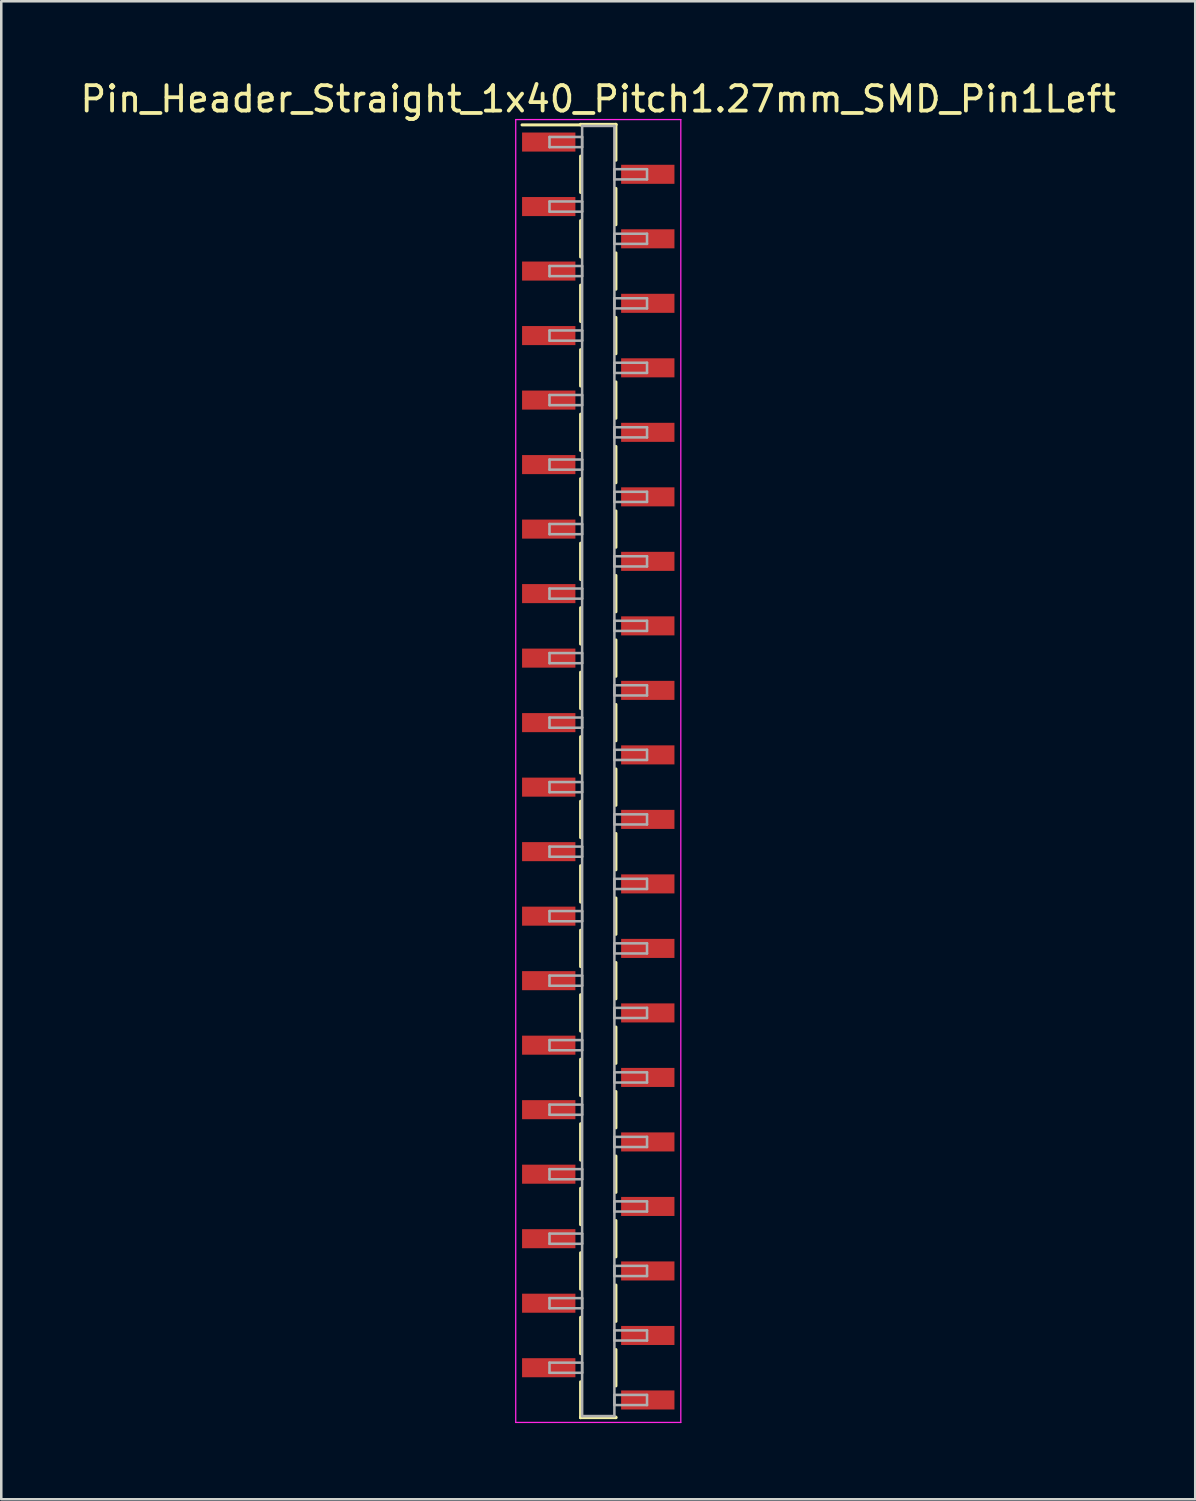
<source format=kicad_pcb>
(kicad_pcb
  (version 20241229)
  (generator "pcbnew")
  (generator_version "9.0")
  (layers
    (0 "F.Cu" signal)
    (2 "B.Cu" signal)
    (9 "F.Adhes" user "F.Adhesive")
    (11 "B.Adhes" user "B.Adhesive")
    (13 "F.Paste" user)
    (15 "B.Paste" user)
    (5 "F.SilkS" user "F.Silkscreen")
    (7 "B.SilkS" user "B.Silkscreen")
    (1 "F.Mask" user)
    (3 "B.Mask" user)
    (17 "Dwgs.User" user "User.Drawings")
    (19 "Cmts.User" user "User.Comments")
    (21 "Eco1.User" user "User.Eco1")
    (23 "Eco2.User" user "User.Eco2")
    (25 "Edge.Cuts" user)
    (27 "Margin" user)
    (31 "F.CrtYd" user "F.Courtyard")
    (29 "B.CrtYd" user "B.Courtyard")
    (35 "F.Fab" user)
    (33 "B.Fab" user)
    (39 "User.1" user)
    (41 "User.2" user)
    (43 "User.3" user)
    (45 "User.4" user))
  (footprint "Pin_Header_Straight_1x40_Pitch1.27mm_SMD_Pin1Left"
    (layer "F.Cu")
    (at 20.506 27.308)
    (property "Reference" "Pin_Header_Straight_1x40_Pitch1.27mm_SMD_Pin1Left" (at 0 -26.46 0) (layer "F.SilkS") (effects (font (size 1 1) (thickness 0.15))))
    (attr smd)
    (fp_line (start -0.695 -25.46) (end 0.695 -25.46) (stroke (width 0.12) (type solid)) (layer "F.SilkS"))
    (fp_line (start -0.695 -25.44) (end -3 -25.44) (stroke (width 0.12) (type solid)) (layer "F.SilkS"))
    (fp_line (start -0.695 -25.44) (end -0.695 -25.46) (stroke (width 0.12) (type solid)) (layer "F.SilkS"))
    (fp_line (start -0.695 -24.21) (end -0.695 -22.78) (stroke (width 0.12) (type solid)) (layer "F.SilkS"))
    (fp_line (start -0.695 -21.67) (end -0.695 -20.24) (stroke (width 0.12) (type solid)) (layer "F.SilkS"))
    (fp_line (start -0.695 -19.13) (end -0.695 -17.7) (stroke (width 0.12) (type solid)) (layer "F.SilkS"))
    (fp_line (start -0.695 -16.59) (end -0.695 -15.16) (stroke (width 0.12) (type solid)) (layer "F.SilkS"))
    (fp_line (start -0.695 -14.05) (end -0.695 -12.62) (stroke (width 0.12) (type solid)) (layer "F.SilkS"))
    (fp_line (start -0.695 -11.51) (end -0.695 -10.08) (stroke (width 0.12) (type solid)) (layer "F.SilkS"))
    (fp_line (start -0.695 -8.97) (end -0.695 -7.54) (stroke (width 0.12) (type solid)) (layer "F.SilkS"))
    (fp_line (start -0.695 -6.43) (end -0.695 -5) (stroke (width 0.12) (type solid)) (layer "F.SilkS"))
    (fp_line (start -0.695 -3.89) (end -0.695 -2.46) (stroke (width 0.12) (type solid)) (layer "F.SilkS"))
    (fp_line (start -0.695 -1.35) (end -0.695 0.08) (stroke (width 0.12) (type solid)) (layer "F.SilkS"))
    (fp_line (start -0.695 1.19) (end -0.695 2.62) (stroke (width 0.12) (type solid)) (layer "F.SilkS"))
    (fp_line (start -0.695 3.73) (end -0.695 5.16) (stroke (width 0.12) (type solid)) (layer "F.SilkS"))
    (fp_line (start -0.695 6.27) (end -0.695 7.7) (stroke (width 0.12) (type solid)) (layer "F.SilkS"))
    (fp_line (start -0.695 8.81) (end -0.695 10.24) (stroke (width 0.12) (type solid)) (layer "F.SilkS"))
    (fp_line (start -0.695 11.35) (end -0.695 12.78) (stroke (width 0.12) (type solid)) (layer "F.SilkS"))
    (fp_line (start -0.695 13.89) (end -0.695 15.32) (stroke (width 0.12) (type solid)) (layer "F.SilkS"))
    (fp_line (start -0.695 16.43) (end -0.695 17.86) (stroke (width 0.12) (type solid)) (layer "F.SilkS"))
    (fp_line (start -0.695 18.97) (end -0.695 20.4) (stroke (width 0.12) (type solid)) (layer "F.SilkS"))
    (fp_line (start -0.695 21.51) (end -0.695 22.94) (stroke (width 0.12) (type solid)) (layer "F.SilkS"))
    (fp_line (start -0.695 24.05) (end -0.695 25.46) (stroke (width 0.12) (type solid)) (layer "F.SilkS"))
    (fp_line (start -0.695 25.44) (end -0.695 25.46) (stroke (width 0.12) (type solid)) (layer "F.SilkS"))
    (fp_line (start -0.695 25.46) (end 0.695 25.46) (stroke (width 0.12) (type solid)) (layer "F.SilkS"))
    (fp_line (start 0.695 -25.46) (end 0.695 -25.44) (stroke (width 0.12) (type solid)) (layer "F.SilkS"))
    (fp_line (start 0.695 -25.46) (end 0.695 -24.05) (stroke (width 0.12) (type solid)) (layer "F.SilkS"))
    (fp_line (start 0.695 -22.94) (end 0.695 -21.51) (stroke (width 0.12) (type solid)) (layer "F.SilkS"))
    (fp_line (start 0.695 -20.4) (end 0.695 -18.97) (stroke (width 0.12) (type solid)) (layer "F.SilkS"))
    (fp_line (start 0.695 -17.86) (end 0.695 -16.43) (stroke (width 0.12) (type solid)) (layer "F.SilkS"))
    (fp_line (start 0.695 -15.32) (end 0.695 -13.89) (stroke (width 0.12) (type solid)) (layer "F.SilkS"))
    (fp_line (start 0.695 -12.78) (end 0.695 -11.35) (stroke (width 0.12) (type solid)) (layer "F.SilkS"))
    (fp_line (start 0.695 -10.24) (end 0.695 -8.81) (stroke (width 0.12) (type solid)) (layer "F.SilkS"))
    (fp_line (start 0.695 -7.7) (end 0.695 -6.27) (stroke (width 0.12) (type solid)) (layer "F.SilkS"))
    (fp_line (start 0.695 -5.16) (end 0.695 -3.73) (stroke (width 0.12) (type solid)) (layer "F.SilkS"))
    (fp_line (start 0.695 -2.62) (end 0.695 -1.19) (stroke (width 0.12) (type solid)) (layer "F.SilkS"))
    (fp_line (start 0.695 -0.08) (end 0.695 1.35) (stroke (width 0.12) (type solid)) (layer "F.SilkS"))
    (fp_line (start 0.695 2.46) (end 0.695 3.89) (stroke (width 0.12) (type solid)) (layer "F.SilkS"))
    (fp_line (start 0.695 5) (end 0.695 6.43) (stroke (width 0.12) (type solid)) (layer "F.SilkS"))
    (fp_line (start 0.695 7.54) (end 0.695 8.97) (stroke (width 0.12) (type solid)) (layer "F.SilkS"))
    (fp_line (start 0.695 10.08) (end 0.695 11.51) (stroke (width 0.12) (type solid)) (layer "F.SilkS"))
    (fp_line (start 0.695 12.62) (end 0.695 14.05) (stroke (width 0.12) (type solid)) (layer "F.SilkS"))
    (fp_line (start 0.695 15.16) (end 0.695 16.59) (stroke (width 0.12) (type solid)) (layer "F.SilkS"))
    (fp_line (start 0.695 17.7) (end 0.695 19.13) (stroke (width 0.12) (type solid)) (layer "F.SilkS"))
    (fp_line (start 0.695 20.24) (end 0.695 21.67) (stroke (width 0.12) (type solid)) (layer "F.SilkS"))
    (fp_line (start 0.695 22.78) (end 0.695 24.21) (stroke (width 0.12) (type solid)) (layer "F.SilkS"))
    (fp_line (start 0.695 25.46) (end 0.695 25.44) (stroke (width 0.12) (type solid)) (layer "F.SilkS"))
    (fp_line (start -3.25 -25.65) (end -3.25 25.65) (stroke (width 0.05) (type solid)) (layer "F.CrtYd"))
    (fp_line (start -3.25 25.65) (end 3.25 25.65) (stroke (width 0.05) (type solid)) (layer "F.CrtYd"))
    (fp_line (start 3.25 -25.65) (end -3.25 -25.65) (stroke (width 0.05) (type solid)) (layer "F.CrtYd"))
    (fp_line (start 3.25 25.65) (end 3.25 -25.65) (stroke (width 0.05) (type solid)) (layer "F.CrtYd"))
    (fp_line (start -1.92 -24.965) (end -0.635 -24.965) (stroke (width 0.1) (type solid)) (layer "F.Fab"))
    (fp_line (start -1.92 -24.565) (end -1.92 -24.965) (stroke (width 0.1) (type solid)) (layer "F.Fab"))
    (fp_line (start -1.92 -22.425) (end -0.635 -22.425) (stroke (width 0.1) (type solid)) (layer "F.Fab"))
    (fp_line (start -1.92 -22.025) (end -1.92 -22.425) (stroke (width 0.1) (type solid)) (layer "F.Fab"))
    (fp_line (start -1.92 -19.885) (end -0.635 -19.885) (stroke (width 0.1) (type solid)) (layer "F.Fab"))
    (fp_line (start -1.92 -19.485) (end -1.92 -19.885) (stroke (width 0.1) (type solid)) (layer "F.Fab"))
    (fp_line (start -1.92 -17.345) (end -0.635 -17.345) (stroke (width 0.1) (type solid)) (layer "F.Fab"))
    (fp_line (start -1.92 -16.945) (end -1.92 -17.345) (stroke (width 0.1) (type solid)) (layer "F.Fab"))
    (fp_line (start -1.92 -14.805) (end -0.635 -14.805) (stroke (width 0.1) (type solid)) (layer "F.Fab"))
    (fp_line (start -1.92 -14.405) (end -1.92 -14.805) (stroke (width 0.1) (type solid)) (layer "F.Fab"))
    (fp_line (start -1.92 -12.265) (end -0.635 -12.265) (stroke (width 0.1) (type solid)) (layer "F.Fab"))
    (fp_line (start -1.92 -11.865) (end -1.92 -12.265) (stroke (width 0.1) (type solid)) (layer "F.Fab"))
    (fp_line (start -1.92 -9.725) (end -0.635 -9.725) (stroke (width 0.1) (type solid)) (layer "F.Fab"))
    (fp_line (start -1.92 -9.325) (end -1.92 -9.725) (stroke (width 0.1) (type solid)) (layer "F.Fab"))
    (fp_line (start -1.92 -7.185) (end -0.635 -7.185) (stroke (width 0.1) (type solid)) (layer "F.Fab"))
    (fp_line (start -1.92 -6.785) (end -1.92 -7.185) (stroke (width 0.1) (type solid)) (layer "F.Fab"))
    (fp_line (start -1.92 -4.645) (end -0.635 -4.645) (stroke (width 0.1) (type solid)) (layer "F.Fab"))
    (fp_line (start -1.92 -4.245) (end -1.92 -4.645) (stroke (width 0.1) (type solid)) (layer "F.Fab"))
    (fp_line (start -1.92 -2.105) (end -0.635 -2.105) (stroke (width 0.1) (type solid)) (layer "F.Fab"))
    (fp_line (start -1.92 -1.705) (end -1.92 -2.105) (stroke (width 0.1) (type solid)) (layer "F.Fab"))
    (fp_line (start -1.92 0.435) (end -0.635 0.435) (stroke (width 0.1) (type solid)) (layer "F.Fab"))
    (fp_line (start -1.92 0.835) (end -1.92 0.435) (stroke (width 0.1) (type solid)) (layer "F.Fab"))
    (fp_line (start -1.92 2.975) (end -0.635 2.975) (stroke (width 0.1) (type solid)) (layer "F.Fab"))
    (fp_line (start -1.92 3.375) (end -1.92 2.975) (stroke (width 0.1) (type solid)) (layer "F.Fab"))
    (fp_line (start -1.92 5.515) (end -0.635 5.515) (stroke (width 0.1) (type solid)) (layer "F.Fab"))
    (fp_line (start -1.92 5.915) (end -1.92 5.515) (stroke (width 0.1) (type solid)) (layer "F.Fab"))
    (fp_line (start -1.92 8.055) (end -0.635 8.055) (stroke (width 0.1) (type solid)) (layer "F.Fab"))
    (fp_line (start -1.92 8.455) (end -1.92 8.055) (stroke (width 0.1) (type solid)) (layer "F.Fab"))
    (fp_line (start -1.92 10.595) (end -0.635 10.595) (stroke (width 0.1) (type solid)) (layer "F.Fab"))
    (fp_line (start -1.92 10.995) (end -1.92 10.595) (stroke (width 0.1) (type solid)) (layer "F.Fab"))
    (fp_line (start -1.92 13.135) (end -0.635 13.135) (stroke (width 0.1) (type solid)) (layer "F.Fab"))
    (fp_line (start -1.92 13.535) (end -1.92 13.135) (stroke (width 0.1) (type solid)) (layer "F.Fab"))
    (fp_line (start -1.92 15.675) (end -0.635 15.675) (stroke (width 0.1) (type solid)) (layer "F.Fab"))
    (fp_line (start -1.92 16.075) (end -1.92 15.675) (stroke (width 0.1) (type solid)) (layer "F.Fab"))
    (fp_line (start -1.92 18.215) (end -0.635 18.215) (stroke (width 0.1) (type solid)) (layer "F.Fab"))
    (fp_line (start -1.92 18.615) (end -1.92 18.215) (stroke (width 0.1) (type solid)) (layer "F.Fab"))
    (fp_line (start -1.92 20.755) (end -0.635 20.755) (stroke (width 0.1) (type solid)) (layer "F.Fab"))
    (fp_line (start -1.92 21.155) (end -1.92 20.755) (stroke (width 0.1) (type solid)) (layer "F.Fab"))
    (fp_line (start -1.92 23.295) (end -0.635 23.295) (stroke (width 0.1) (type solid)) (layer "F.Fab"))
    (fp_line (start -1.92 23.695) (end -1.92 23.295) (stroke (width 0.1) (type solid)) (layer "F.Fab"))
    (fp_line (start -0.635 -25.4) (end -0.635 25.4) (stroke (width 0.1) (type solid)) (layer "F.Fab"))
    (fp_line (start -0.635 -24.965) (end -0.635 -24.565) (stroke (width 0.1) (type solid)) (layer "F.Fab"))
    (fp_line (start -0.635 -24.565) (end -1.92 -24.565) (stroke (width 0.1) (type solid)) (layer "F.Fab"))
    (fp_line (start -0.635 -22.425) (end -0.635 -22.025) (stroke (width 0.1) (type solid)) (layer "F.Fab"))
    (fp_line (start -0.635 -22.025) (end -1.92 -22.025) (stroke (width 0.1) (type solid)) (layer "F.Fab"))
    (fp_line (start -0.635 -19.885) (end -0.635 -19.485) (stroke (width 0.1) (type solid)) (layer "F.Fab"))
    (fp_line (start -0.635 -19.485) (end -1.92 -19.485) (stroke (width 0.1) (type solid)) (layer "F.Fab"))
    (fp_line (start -0.635 -17.345) (end -0.635 -16.945) (stroke (width 0.1) (type solid)) (layer "F.Fab"))
    (fp_line (start -0.635 -16.945) (end -1.92 -16.945) (stroke (width 0.1) (type solid)) (layer "F.Fab"))
    (fp_line (start -0.635 -14.805) (end -0.635 -14.405) (stroke (width 0.1) (type solid)) (layer "F.Fab"))
    (fp_line (start -0.635 -14.405) (end -1.92 -14.405) (stroke (width 0.1) (type solid)) (layer "F.Fab"))
    (fp_line (start -0.635 -12.265) (end -0.635 -11.865) (stroke (width 0.1) (type solid)) (layer "F.Fab"))
    (fp_line (start -0.635 -11.865) (end -1.92 -11.865) (stroke (width 0.1) (type solid)) (layer "F.Fab"))
    (fp_line (start -0.635 -9.725) (end -0.635 -9.325) (stroke (width 0.1) (type solid)) (layer "F.Fab"))
    (fp_line (start -0.635 -9.325) (end -1.92 -9.325) (stroke (width 0.1) (type solid)) (layer "F.Fab"))
    (fp_line (start -0.635 -7.185) (end -0.635 -6.785) (stroke (width 0.1) (type solid)) (layer "F.Fab"))
    (fp_line (start -0.635 -6.785) (end -1.92 -6.785) (stroke (width 0.1) (type solid)) (layer "F.Fab"))
    (fp_line (start -0.635 -4.645) (end -0.635 -4.245) (stroke (width 0.1) (type solid)) (layer "F.Fab"))
    (fp_line (start -0.635 -4.245) (end -1.92 -4.245) (stroke (width 0.1) (type solid)) (layer "F.Fab"))
    (fp_line (start -0.635 -2.105) (end -0.635 -1.705) (stroke (width 0.1) (type solid)) (layer "F.Fab"))
    (fp_line (start -0.635 -1.705) (end -1.92 -1.705) (stroke (width 0.1) (type solid)) (layer "F.Fab"))
    (fp_line (start -0.635 0.435) (end -0.635 0.835) (stroke (width 0.1) (type solid)) (layer "F.Fab"))
    (fp_line (start -0.635 0.835) (end -1.92 0.835) (stroke (width 0.1) (type solid)) (layer "F.Fab"))
    (fp_line (start -0.635 2.975) (end -0.635 3.375) (stroke (width 0.1) (type solid)) (layer "F.Fab"))
    (fp_line (start -0.635 3.375) (end -1.92 3.375) (stroke (width 0.1) (type solid)) (layer "F.Fab"))
    (fp_line (start -0.635 5.515) (end -0.635 5.915) (stroke (width 0.1) (type solid)) (layer "F.Fab"))
    (fp_line (start -0.635 5.915) (end -1.92 5.915) (stroke (width 0.1) (type solid)) (layer "F.Fab"))
    (fp_line (start -0.635 8.055) (end -0.635 8.455) (stroke (width 0.1) (type solid)) (layer "F.Fab"))
    (fp_line (start -0.635 8.455) (end -1.92 8.455) (stroke (width 0.1) (type solid)) (layer "F.Fab"))
    (fp_line (start -0.635 10.595) (end -0.635 10.995) (stroke (width 0.1) (type solid)) (layer "F.Fab"))
    (fp_line (start -0.635 10.995) (end -1.92 10.995) (stroke (width 0.1) (type solid)) (layer "F.Fab"))
    (fp_line (start -0.635 13.135) (end -0.635 13.535) (stroke (width 0.1) (type solid)) (layer "F.Fab"))
    (fp_line (start -0.635 13.535) (end -1.92 13.535) (stroke (width 0.1) (type solid)) (layer "F.Fab"))
    (fp_line (start -0.635 15.675) (end -0.635 16.075) (stroke (width 0.1) (type solid)) (layer "F.Fab"))
    (fp_line (start -0.635 16.075) (end -1.92 16.075) (stroke (width 0.1) (type solid)) (layer "F.Fab"))
    (fp_line (start -0.635 18.215) (end -0.635 18.615) (stroke (width 0.1) (type solid)) (layer "F.Fab"))
    (fp_line (start -0.635 18.615) (end -1.92 18.615) (stroke (width 0.1) (type solid)) (layer "F.Fab"))
    (fp_line (start -0.635 20.755) (end -0.635 21.155) (stroke (width 0.1) (type solid)) (layer "F.Fab"))
    (fp_line (start -0.635 21.155) (end -1.92 21.155) (stroke (width 0.1) (type solid)) (layer "F.Fab"))
    (fp_line (start -0.635 23.295) (end -0.635 23.695) (stroke (width 0.1) (type solid)) (layer "F.Fab"))
    (fp_line (start -0.635 23.695) (end -1.92 23.695) (stroke (width 0.1) (type solid)) (layer "F.Fab"))
    (fp_line (start -0.635 25.4) (end 0.635 25.4) (stroke (width 0.1) (type solid)) (layer "F.Fab"))
    (fp_line (start 0.635 -25.4) (end -0.635 -25.4) (stroke (width 0.1) (type solid)) (layer "F.Fab"))
    (fp_line (start 0.635 -23.695) (end 0.635 -23.295) (stroke (width 0.1) (type solid)) (layer "F.Fab"))
    (fp_line (start 0.635 -23.295) (end 1.92 -23.295) (stroke (width 0.1) (type solid)) (layer "F.Fab"))
    (fp_line (start 0.635 -21.155) (end 0.635 -20.755) (stroke (width 0.1) (type solid)) (layer "F.Fab"))
    (fp_line (start 0.635 -20.755) (end 1.92 -20.755) (stroke (width 0.1) (type solid)) (layer "F.Fab"))
    (fp_line (start 0.635 -18.615) (end 0.635 -18.215) (stroke (width 0.1) (type solid)) (layer "F.Fab"))
    (fp_line (start 0.635 -18.215) (end 1.92 -18.215) (stroke (width 0.1) (type solid)) (layer "F.Fab"))
    (fp_line (start 0.635 -16.075) (end 0.635 -15.675) (stroke (width 0.1) (type solid)) (layer "F.Fab"))
    (fp_line (start 0.635 -15.675) (end 1.92 -15.675) (stroke (width 0.1) (type solid)) (layer "F.Fab"))
    (fp_line (start 0.635 -13.535) (end 0.635 -13.135) (stroke (width 0.1) (type solid)) (layer "F.Fab"))
    (fp_line (start 0.635 -13.135) (end 1.92 -13.135) (stroke (width 0.1) (type solid)) (layer "F.Fab"))
    (fp_line (start 0.635 -10.995) (end 0.635 -10.595) (stroke (width 0.1) (type solid)) (layer "F.Fab"))
    (fp_line (start 0.635 -10.595) (end 1.92 -10.595) (stroke (width 0.1) (type solid)) (layer "F.Fab"))
    (fp_line (start 0.635 -8.455) (end 0.635 -8.055) (stroke (width 0.1) (type solid)) (layer "F.Fab"))
    (fp_line (start 0.635 -8.055) (end 1.92 -8.055) (stroke (width 0.1) (type solid)) (layer "F.Fab"))
    (fp_line (start 0.635 -5.915) (end 0.635 -5.515) (stroke (width 0.1) (type solid)) (layer "F.Fab"))
    (fp_line (start 0.635 -5.515) (end 1.92 -5.515) (stroke (width 0.1) (type solid)) (layer "F.Fab"))
    (fp_line (start 0.635 -3.375) (end 0.635 -2.975) (stroke (width 0.1) (type solid)) (layer "F.Fab"))
    (fp_line (start 0.635 -2.975) (end 1.92 -2.975) (stroke (width 0.1) (type solid)) (layer "F.Fab"))
    (fp_line (start 0.635 -0.835) (end 0.635 -0.435) (stroke (width 0.1) (type solid)) (layer "F.Fab"))
    (fp_line (start 0.635 -0.435) (end 1.92 -0.435) (stroke (width 0.1) (type solid)) (layer "F.Fab"))
    (fp_line (start 0.635 1.705) (end 0.635 2.105) (stroke (width 0.1) (type solid)) (layer "F.Fab"))
    (fp_line (start 0.635 2.105) (end 1.92 2.105) (stroke (width 0.1) (type solid)) (layer "F.Fab"))
    (fp_line (start 0.635 4.245) (end 0.635 4.645) (stroke (width 0.1) (type solid)) (layer "F.Fab"))
    (fp_line (start 0.635 4.645) (end 1.92 4.645) (stroke (width 0.1) (type solid)) (layer "F.Fab"))
    (fp_line (start 0.635 6.785) (end 0.635 7.185) (stroke (width 0.1) (type solid)) (layer "F.Fab"))
    (fp_line (start 0.635 7.185) (end 1.92 7.185) (stroke (width 0.1) (type solid)) (layer "F.Fab"))
    (fp_line (start 0.635 9.325) (end 0.635 9.725) (stroke (width 0.1) (type solid)) (layer "F.Fab"))
    (fp_line (start 0.635 9.725) (end 1.92 9.725) (stroke (width 0.1) (type solid)) (layer "F.Fab"))
    (fp_line (start 0.635 11.865) (end 0.635 12.265) (stroke (width 0.1) (type solid)) (layer "F.Fab"))
    (fp_line (start 0.635 12.265) (end 1.92 12.265) (stroke (width 0.1) (type solid)) (layer "F.Fab"))
    (fp_line (start 0.635 14.405) (end 0.635 14.805) (stroke (width 0.1) (type solid)) (layer "F.Fab"))
    (fp_line (start 0.635 14.805) (end 1.92 14.805) (stroke (width 0.1) (type solid)) (layer "F.Fab"))
    (fp_line (start 0.635 16.945) (end 0.635 17.345) (stroke (width 0.1) (type solid)) (layer "F.Fab"))
    (fp_line (start 0.635 17.345) (end 1.92 17.345) (stroke (width 0.1) (type solid)) (layer "F.Fab"))
    (fp_line (start 0.635 19.485) (end 0.635 19.885) (stroke (width 0.1) (type solid)) (layer "F.Fab"))
    (fp_line (start 0.635 19.885) (end 1.92 19.885) (stroke (width 0.1) (type solid)) (layer "F.Fab"))
    (fp_line (start 0.635 22.025) (end 0.635 22.425) (stroke (width 0.1) (type solid)) (layer "F.Fab"))
    (fp_line (start 0.635 22.425) (end 1.92 22.425) (stroke (width 0.1) (type solid)) (layer "F.Fab"))
    (fp_line (start 0.635 24.565) (end 0.635 24.965) (stroke (width 0.1) (type solid)) (layer "F.Fab"))
    (fp_line (start 0.635 24.965) (end 1.92 24.965) (stroke (width 0.1) (type solid)) (layer "F.Fab"))
    (fp_line (start 0.635 25.4) (end 0.635 -25.4) (stroke (width 0.1) (type solid)) (layer "F.Fab"))
    (fp_line (start 1.92 -23.695) (end 0.635 -23.695) (stroke (width 0.1) (type solid)) (layer "F.Fab"))
    (fp_line (start 1.92 -23.295) (end 1.92 -23.695) (stroke (width 0.1) (type solid)) (layer "F.Fab"))
    (fp_line (start 1.92 -21.155) (end 0.635 -21.155) (stroke (width 0.1) (type solid)) (layer "F.Fab"))
    (fp_line (start 1.92 -20.755) (end 1.92 -21.155) (stroke (width 0.1) (type solid)) (layer "F.Fab"))
    (fp_line (start 1.92 -18.615) (end 0.635 -18.615) (stroke (width 0.1) (type solid)) (layer "F.Fab"))
    (fp_line (start 1.92 -18.215) (end 1.92 -18.615) (stroke (width 0.1) (type solid)) (layer "F.Fab"))
    (fp_line (start 1.92 -16.075) (end 0.635 -16.075) (stroke (width 0.1) (type solid)) (layer "F.Fab"))
    (fp_line (start 1.92 -15.675) (end 1.92 -16.075) (stroke (width 0.1) (type solid)) (layer "F.Fab"))
    (fp_line (start 1.92 -13.535) (end 0.635 -13.535) (stroke (width 0.1) (type solid)) (layer "F.Fab"))
    (fp_line (start 1.92 -13.135) (end 1.92 -13.535) (stroke (width 0.1) (type solid)) (layer "F.Fab"))
    (fp_line (start 1.92 -10.995) (end 0.635 -10.995) (stroke (width 0.1) (type solid)) (layer "F.Fab"))
    (fp_line (start 1.92 -10.595) (end 1.92 -10.995) (stroke (width 0.1) (type solid)) (layer "F.Fab"))
    (fp_line (start 1.92 -8.455) (end 0.635 -8.455) (stroke (width 0.1) (type solid)) (layer "F.Fab"))
    (fp_line (start 1.92 -8.055) (end 1.92 -8.455) (stroke (width 0.1) (type solid)) (layer "F.Fab"))
    (fp_line (start 1.92 -5.915) (end 0.635 -5.915) (stroke (width 0.1) (type solid)) (layer "F.Fab"))
    (fp_line (start 1.92 -5.515) (end 1.92 -5.915) (stroke (width 0.1) (type solid)) (layer "F.Fab"))
    (fp_line (start 1.92 -3.375) (end 0.635 -3.375) (stroke (width 0.1) (type solid)) (layer "F.Fab"))
    (fp_line (start 1.92 -2.975) (end 1.92 -3.375) (stroke (width 0.1) (type solid)) (layer "F.Fab"))
    (fp_line (start 1.92 -0.835) (end 0.635 -0.835) (stroke (width 0.1) (type solid)) (layer "F.Fab"))
    (fp_line (start 1.92 -0.435) (end 1.92 -0.835) (stroke (width 0.1) (type solid)) (layer "F.Fab"))
    (fp_line (start 1.92 1.705) (end 0.635 1.705) (stroke (width 0.1) (type solid)) (layer "F.Fab"))
    (fp_line (start 1.92 2.105) (end 1.92 1.705) (stroke (width 0.1) (type solid)) (layer "F.Fab"))
    (fp_line (start 1.92 4.245) (end 0.635 4.245) (stroke (width 0.1) (type solid)) (layer "F.Fab"))
    (fp_line (start 1.92 4.645) (end 1.92 4.245) (stroke (width 0.1) (type solid)) (layer "F.Fab"))
    (fp_line (start 1.92 6.785) (end 0.635 6.785) (stroke (width 0.1) (type solid)) (layer "F.Fab"))
    (fp_line (start 1.92 7.185) (end 1.92 6.785) (stroke (width 0.1) (type solid)) (layer "F.Fab"))
    (fp_line (start 1.92 9.325) (end 0.635 9.325) (stroke (width 0.1) (type solid)) (layer "F.Fab"))
    (fp_line (start 1.92 9.725) (end 1.92 9.325) (stroke (width 0.1) (type solid)) (layer "F.Fab"))
    (fp_line (start 1.92 11.865) (end 0.635 11.865) (stroke (width 0.1) (type solid)) (layer "F.Fab"))
    (fp_line (start 1.92 12.265) (end 1.92 11.865) (stroke (width 0.1) (type solid)) (layer "F.Fab"))
    (fp_line (start 1.92 14.405) (end 0.635 14.405) (stroke (width 0.1) (type solid)) (layer "F.Fab"))
    (fp_line (start 1.92 14.805) (end 1.92 14.405) (stroke (width 0.1) (type solid)) (layer "F.Fab"))
    (fp_line (start 1.92 16.945) (end 0.635 16.945) (stroke (width 0.1) (type solid)) (layer "F.Fab"))
    (fp_line (start 1.92 17.345) (end 1.92 16.945) (stroke (width 0.1) (type solid)) (layer "F.Fab"))
    (fp_line (start 1.92 19.485) (end 0.635 19.485) (stroke (width 0.1) (type solid)) (layer "F.Fab"))
    (fp_line (start 1.92 19.885) (end 1.92 19.485) (stroke (width 0.1) (type solid)) (layer "F.Fab"))
    (fp_line (start 1.92 22.025) (end 0.635 22.025) (stroke (width 0.1) (type solid)) (layer "F.Fab"))
    (fp_line (start 1.92 22.425) (end 1.92 22.025) (stroke (width 0.1) (type solid)) (layer "F.Fab"))
    (fp_line (start 1.92 24.565) (end 0.635 24.565) (stroke (width 0.1) (type solid)) (layer "F.Fab"))
    (fp_line (start 1.92 24.965) (end 1.92 24.565) (stroke (width 0.1) (type solid)) (layer "F.Fab"))
    (pad "1" smd rect (at -1.95 -24.765) (size 2.1 0.75) (layers "F.Cu" "F.Mask"))
    (pad "2" smd rect (at 1.95 -23.495) (size 2.1 0.75) (layers "F.Cu" "F.Mask"))
    (pad "3" smd rect (at -1.95 -22.225) (size 2.1 0.75) (layers "F.Cu" "F.Mask"))
    (pad "4" smd rect (at 1.95 -20.955) (size 2.1 0.75) (layers "F.Cu" "F.Mask"))
    (pad "5" smd rect (at -1.95 -19.685) (size 2.1 0.75) (layers "F.Cu" "F.Mask"))
    (pad "6" smd rect (at 1.95 -18.415) (size 2.1 0.75) (layers "F.Cu" "F.Mask"))
    (pad "7" smd rect (at -1.95 -17.145) (size 2.1 0.75) (layers "F.Cu" "F.Mask"))
    (pad "8" smd rect (at 1.95 -15.875) (size 2.1 0.75) (layers "F.Cu" "F.Mask"))
    (pad "9" smd rect (at -1.95 -14.605) (size 2.1 0.75) (layers "F.Cu" "F.Mask"))
    (pad "10" smd rect (at 1.95 -13.335) (size 2.1 0.75) (layers "F.Cu" "F.Mask"))
    (pad "11" smd rect (at -1.95 -12.065) (size 2.1 0.75) (layers "F.Cu" "F.Mask"))
    (pad "12" smd rect (at 1.95 -10.795) (size 2.1 0.75) (layers "F.Cu" "F.Mask"))
    (pad "13" smd rect (at -1.95 -9.525) (size 2.1 0.75) (layers "F.Cu" "F.Mask"))
    (pad "14" smd rect (at 1.95 -8.255) (size 2.1 0.75) (layers "F.Cu" "F.Mask"))
    (pad "15" smd rect (at -1.95 -6.985) (size 2.1 0.75) (layers "F.Cu" "F.Mask"))
    (pad "16" smd rect (at 1.95 -5.715) (size 2.1 0.75) (layers "F.Cu" "F.Mask"))
    (pad "17" smd rect (at -1.95 -4.445) (size 2.1 0.75) (layers "F.Cu" "F.Mask"))
    (pad "18" smd rect (at 1.95 -3.175) (size 2.1 0.75) (layers "F.Cu" "F.Mask"))
    (pad "19" smd rect (at -1.95 -1.905) (size 2.1 0.75) (layers "F.Cu" "F.Mask"))
    (pad "20" smd rect (at 1.95 -0.635) (size 2.1 0.75) (layers "F.Cu" "F.Mask"))
    (pad "21" smd rect (at -1.95 0.635) (size 2.1 0.75) (layers "F.Cu" "F.Mask"))
    (pad "22" smd rect (at 1.95 1.905) (size 2.1 0.75) (layers "F.Cu" "F.Mask"))
    (pad "23" smd rect (at -1.95 3.175) (size 2.1 0.75) (layers "F.Cu" "F.Mask"))
    (pad "24" smd rect (at 1.95 4.445) (size 2.1 0.75) (layers "F.Cu" "F.Mask"))
    (pad "25" smd rect (at -1.95 5.715) (size 2.1 0.75) (layers "F.Cu" "F.Mask"))
    (pad "26" smd rect (at 1.95 6.985) (size 2.1 0.75) (layers "F.Cu" "F.Mask"))
    (pad "27" smd rect (at -1.95 8.255) (size 2.1 0.75) (layers "F.Cu" "F.Mask"))
    (pad "28" smd rect (at 1.95 9.525) (size 2.1 0.75) (layers "F.Cu" "F.Mask"))
    (pad "29" smd rect (at -1.95 10.795) (size 2.1 0.75) (layers "F.Cu" "F.Mask"))
    (pad "30" smd rect (at 1.95 12.065) (size 2.1 0.75) (layers "F.Cu" "F.Mask"))
    (pad "31" smd rect (at -1.95 13.335) (size 2.1 0.75) (layers "F.Cu" "F.Mask"))
    (pad "32" smd rect (at 1.95 14.605) (size 2.1 0.75) (layers "F.Cu" "F.Mask"))
    (pad "33" smd rect (at -1.95 15.875) (size 2.1 0.75) (layers "F.Cu" "F.Mask"))
    (pad "34" smd rect (at 1.95 17.145) (size 2.1 0.75) (layers "F.Cu" "F.Mask"))
    (pad "35" smd rect (at -1.95 18.415) (size 2.1 0.75) (layers "F.Cu" "F.Mask"))
    (pad "36" smd rect (at 1.95 19.685) (size 2.1 0.75) (layers "F.Cu" "F.Mask"))
    (pad "37" smd rect (at -1.95 20.955) (size 2.1 0.75) (layers "F.Cu" "F.Mask"))
    (pad "38" smd rect (at 1.95 22.225) (size 2.1 0.75) (layers "F.Cu" "F.Mask"))
    (pad "39" smd rect (at -1.95 23.495) (size 2.1 0.75) (layers "F.Cu" "F.Mask"))
    (pad "40" smd rect (at 1.95 24.765) (size 2.1 0.75) (layers "F.Cu" "F.Mask")))
  (gr_rect
    (start -3 -3)
    (end 44.012 55.983)
    (stroke (width 0.1) (type default))
    (fill no)
    (layer "Edge.Cuts")))
</source>
